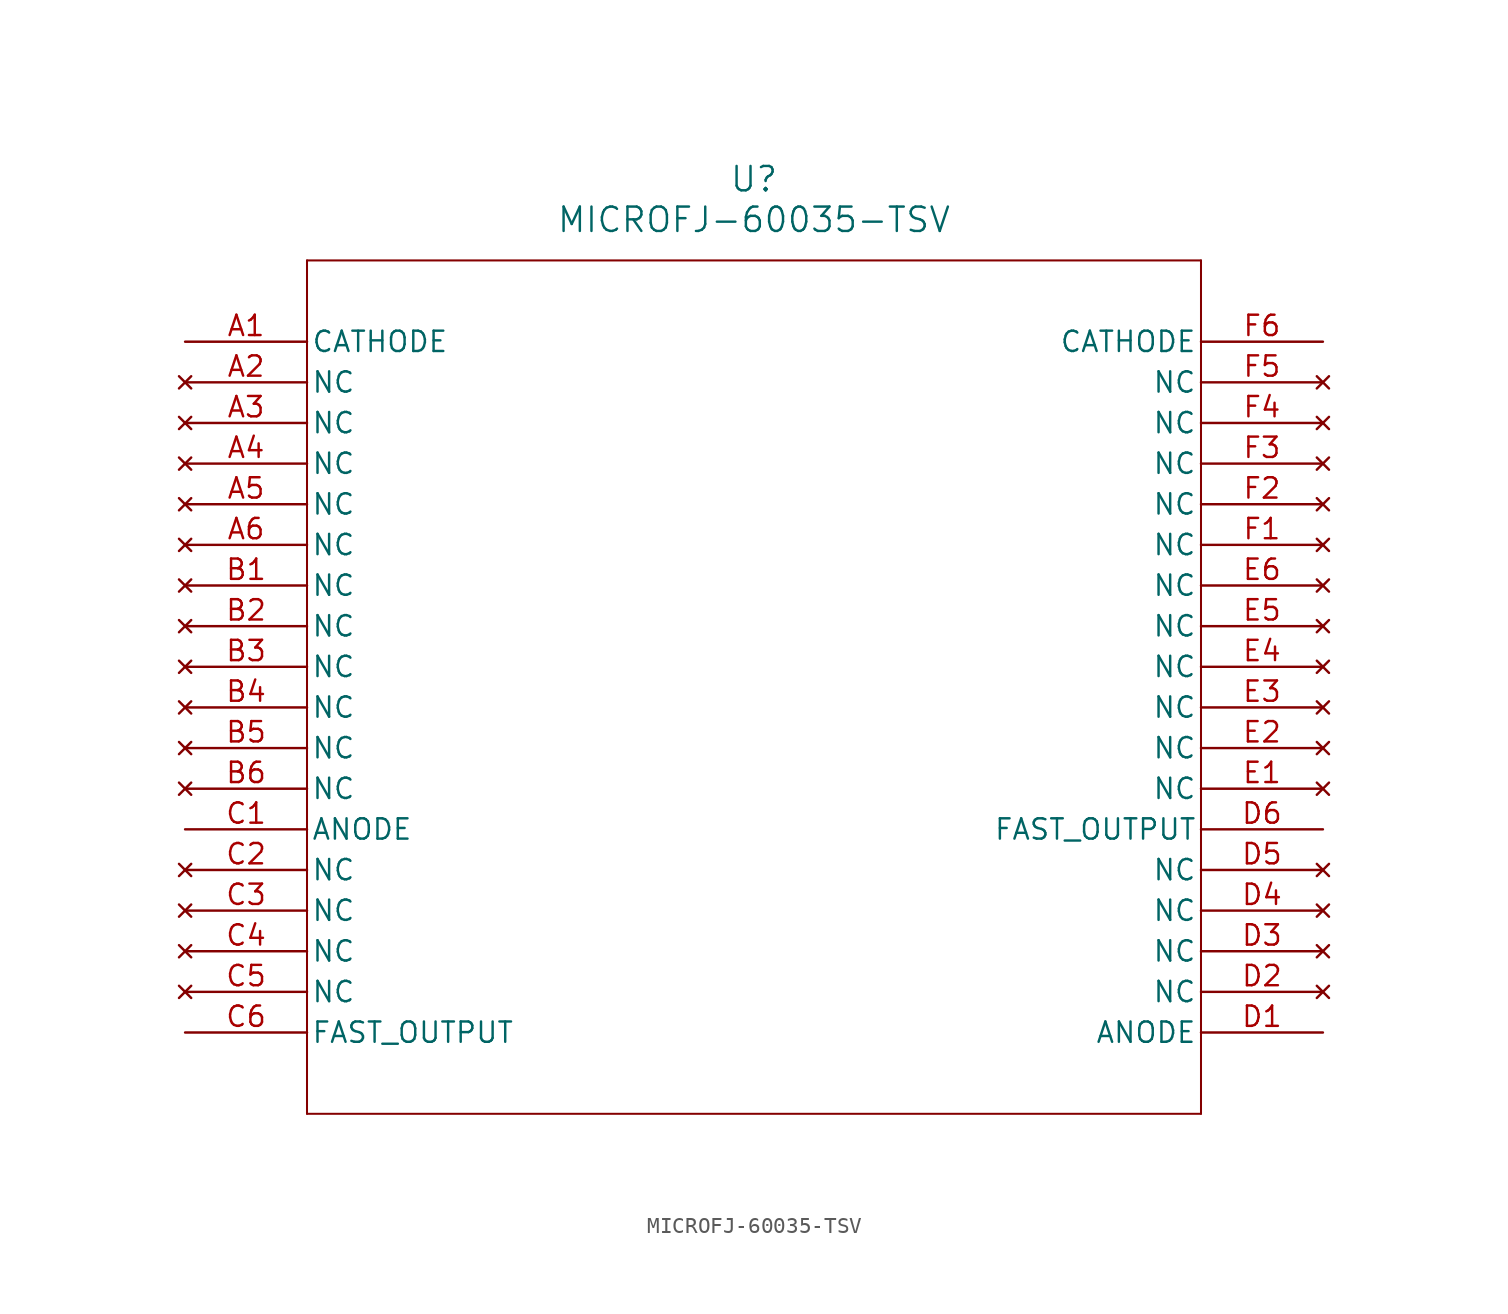
<source format=kicad_sym>
(kicad_symbol_lib
  (version 20220914)
  (generator kicad_symbol_editor)
  (symbol "MICROFJ-60035-TSV"
    (pin_names
      (offset 0.254))
    (property "Reference" "U"
      (at 35.56 10.16 0)
      (effects (font (size 1.524 1.524))))
    (property "Value" "MICROFJ-60035-TSV"
      (at 35.56 7.62 0)
      (effects (font (size 1.524 1.524))))
    (symbol "MICROFJ-60035-TSV_0_1"
      (polyline (pts (xy 7.62 -48.26) (xy 63.5 -48.26)) (stroke (width 0.127) (type default)) (fill (type none)))
      (polyline (pts (xy 7.62 5.08) (xy 7.62 -48.26)) (stroke (width 0.127) (type default)) (fill (type none)))
      (polyline (pts (xy 63.5 -48.26) (xy 63.5 5.08)) (stroke (width 0.127) (type default)) (fill (type none)))
      (polyline (pts (xy 63.5 5.08) (xy 7.62 5.08)) (stroke (width 0.127) (type default)) (fill (type none)))
      (pin output line (at 0 0 0) (length 7.62) (name "CATHODE" (effects (font (size 1.27 1.27)))) (number "A1" (effects (font (size 1.27 1.27)))))
      (pin no_connect line (at 0 -2.54 0) (length 7.62) (name "NC" (effects (font (size 1.27 1.27)))) (number "A2" (effects (font (size 1.27 1.27)))))
      (pin no_connect line (at 0 -5.08 0) (length 7.62) (name "NC" (effects (font (size 1.27 1.27)))) (number "A3" (effects (font (size 1.27 1.27)))))
      (pin no_connect line (at 0 -7.62 0) (length 7.62) (name "NC" (effects (font (size 1.27 1.27)))) (number "A4" (effects (font (size 1.27 1.27)))))
      (pin no_connect line (at 0 -10.16 0) (length 7.62) (name "NC" (effects (font (size 1.27 1.27)))) (number "A5" (effects (font (size 1.27 1.27)))))
      (pin no_connect line (at 0 -12.7 0) (length 7.62) (name "NC" (effects (font (size 1.27 1.27)))) (number "A6" (effects (font (size 1.27 1.27)))))
      (pin no_connect line (at 0 -15.24 0) (length 7.62) (name "NC" (effects (font (size 1.27 1.27)))) (number "B1" (effects (font (size 1.27 1.27)))))
      (pin no_connect line (at 0 -17.78 0) (length 7.62) (name "NC" (effects (font (size 1.27 1.27)))) (number "B2" (effects (font (size 1.27 1.27)))))
      (pin no_connect line (at 0 -20.32 0) (length 7.62) (name "NC" (effects (font (size 1.27 1.27)))) (number "B3" (effects (font (size 1.27 1.27)))))
      (pin no_connect line (at 0 -22.86 0) (length 7.62) (name "NC" (effects (font (size 1.27 1.27)))) (number "B4" (effects (font (size 1.27 1.27)))))
      (pin no_connect line (at 0 -25.4 0) (length 7.62) (name "NC" (effects (font (size 1.27 1.27)))) (number "B5" (effects (font (size 1.27 1.27)))))
      (pin no_connect line (at 0 -27.94 0) (length 7.62) (name "NC" (effects (font (size 1.27 1.27)))) (number "B6" (effects (font (size 1.27 1.27)))))
      (pin input line (at 0 -30.48 0) (length 7.62) (name "ANODE" (effects (font (size 1.27 1.27)))) (number "C1" (effects (font (size 1.27 1.27)))))
      (pin no_connect line (at 0 -33.02 0) (length 7.62) (name "NC" (effects (font (size 1.27 1.27)))) (number "C2" (effects (font (size 1.27 1.27)))))
      (pin no_connect line (at 0 -35.56 0) (length 7.62) (name "NC" (effects (font (size 1.27 1.27)))) (number "C3" (effects (font (size 1.27 1.27)))))
      (pin no_connect line (at 0 -38.1 0) (length 7.62) (name "NC" (effects (font (size 1.27 1.27)))) (number "C4" (effects (font (size 1.27 1.27)))))
      (pin no_connect line (at 0 -40.64 0) (length 7.62) (name "NC" (effects (font (size 1.27 1.27)))) (number "C5" (effects (font (size 1.27 1.27)))))
      (pin output line (at 0 -43.18 0) (length 7.62) (name "FAST_OUTPUT" (effects (font (size 1.27 1.27)))) (number "C6" (effects (font (size 1.27 1.27)))))
      (pin input line (at 71.12 -43.18 180) (length 7.62) (name "ANODE" (effects (font (size 1.27 1.27)))) (number "D1" (effects (font (size 1.27 1.27)))))
      (pin no_connect line (at 71.12 -40.64 180) (length 7.62) (name "NC" (effects (font (size 1.27 1.27)))) (number "D2" (effects (font (size 1.27 1.27)))))
      (pin no_connect line (at 71.12 -38.1 180) (length 7.62) (name "NC" (effects (font (size 1.27 1.27)))) (number "D3" (effects (font (size 1.27 1.27)))))
      (pin no_connect line (at 71.12 -35.56 180) (length 7.62) (name "NC" (effects (font (size 1.27 1.27)))) (number "D4" (effects (font (size 1.27 1.27)))))
      (pin no_connect line (at 71.12 -33.02 180) (length 7.62) (name "NC" (effects (font (size 1.27 1.27)))) (number "D5" (effects (font (size 1.27 1.27)))))
      (pin output line (at 71.12 -30.48 180) (length 7.62) (name "FAST_OUTPUT" (effects (font (size 1.27 1.27)))) (number "D6" (effects (font (size 1.27 1.27)))))
      (pin no_connect line (at 71.12 -27.94 180) (length 7.62) (name "NC" (effects (font (size 1.27 1.27)))) (number "E1" (effects (font (size 1.27 1.27)))))
      (pin no_connect line (at 71.12 -25.4 180) (length 7.62) (name "NC" (effects (font (size 1.27 1.27)))) (number "E2" (effects (font (size 1.27 1.27)))))
      (pin no_connect line (at 71.12 -22.86 180) (length 7.62) (name "NC" (effects (font (size 1.27 1.27)))) (number "E3" (effects (font (size 1.27 1.27)))))
      (pin no_connect line (at 71.12 -20.32 180) (length 7.62) (name "NC" (effects (font (size 1.27 1.27)))) (number "E4" (effects (font (size 1.27 1.27)))))
      (pin no_connect line (at 71.12 -17.78 180) (length 7.62) (name "NC" (effects (font (size 1.27 1.27)))) (number "E5" (effects (font (size 1.27 1.27)))))
      (pin no_connect line (at 71.12 -15.24 180) (length 7.62) (name "NC" (effects (font (size 1.27 1.27)))) (number "E6" (effects (font (size 1.27 1.27)))))
      (pin no_connect line (at 71.12 -12.7 180) (length 7.62) (name "NC" (effects (font (size 1.27 1.27)))) (number "F1" (effects (font (size 1.27 1.27)))))
      (pin no_connect line (at 71.12 -10.16 180) (length 7.62) (name "NC" (effects (font (size 1.27 1.27)))) (number "F2" (effects (font (size 1.27 1.27)))))
      (pin no_connect line (at 71.12 -7.62 180) (length 7.62) (name "NC" (effects (font (size 1.27 1.27)))) (number "F3" (effects (font (size 1.27 1.27)))))
      (pin no_connect line (at 71.12 -5.08 180) (length 7.62) (name "NC" (effects (font (size 1.27 1.27)))) (number "F4" (effects (font (size 1.27 1.27)))))
      (pin no_connect line (at 71.12 -2.54 180) (length 7.62) (name "NC" (effects (font (size 1.27 1.27)))) (number "F5" (effects (font (size 1.27 1.27)))))
      (pin output line (at 71.12 0 180) (length 7.62) (name "CATHODE" (effects (font (size 1.27 1.27)))) (number "F6" (effects (font (size 1.27 1.27))))))))
</source>
